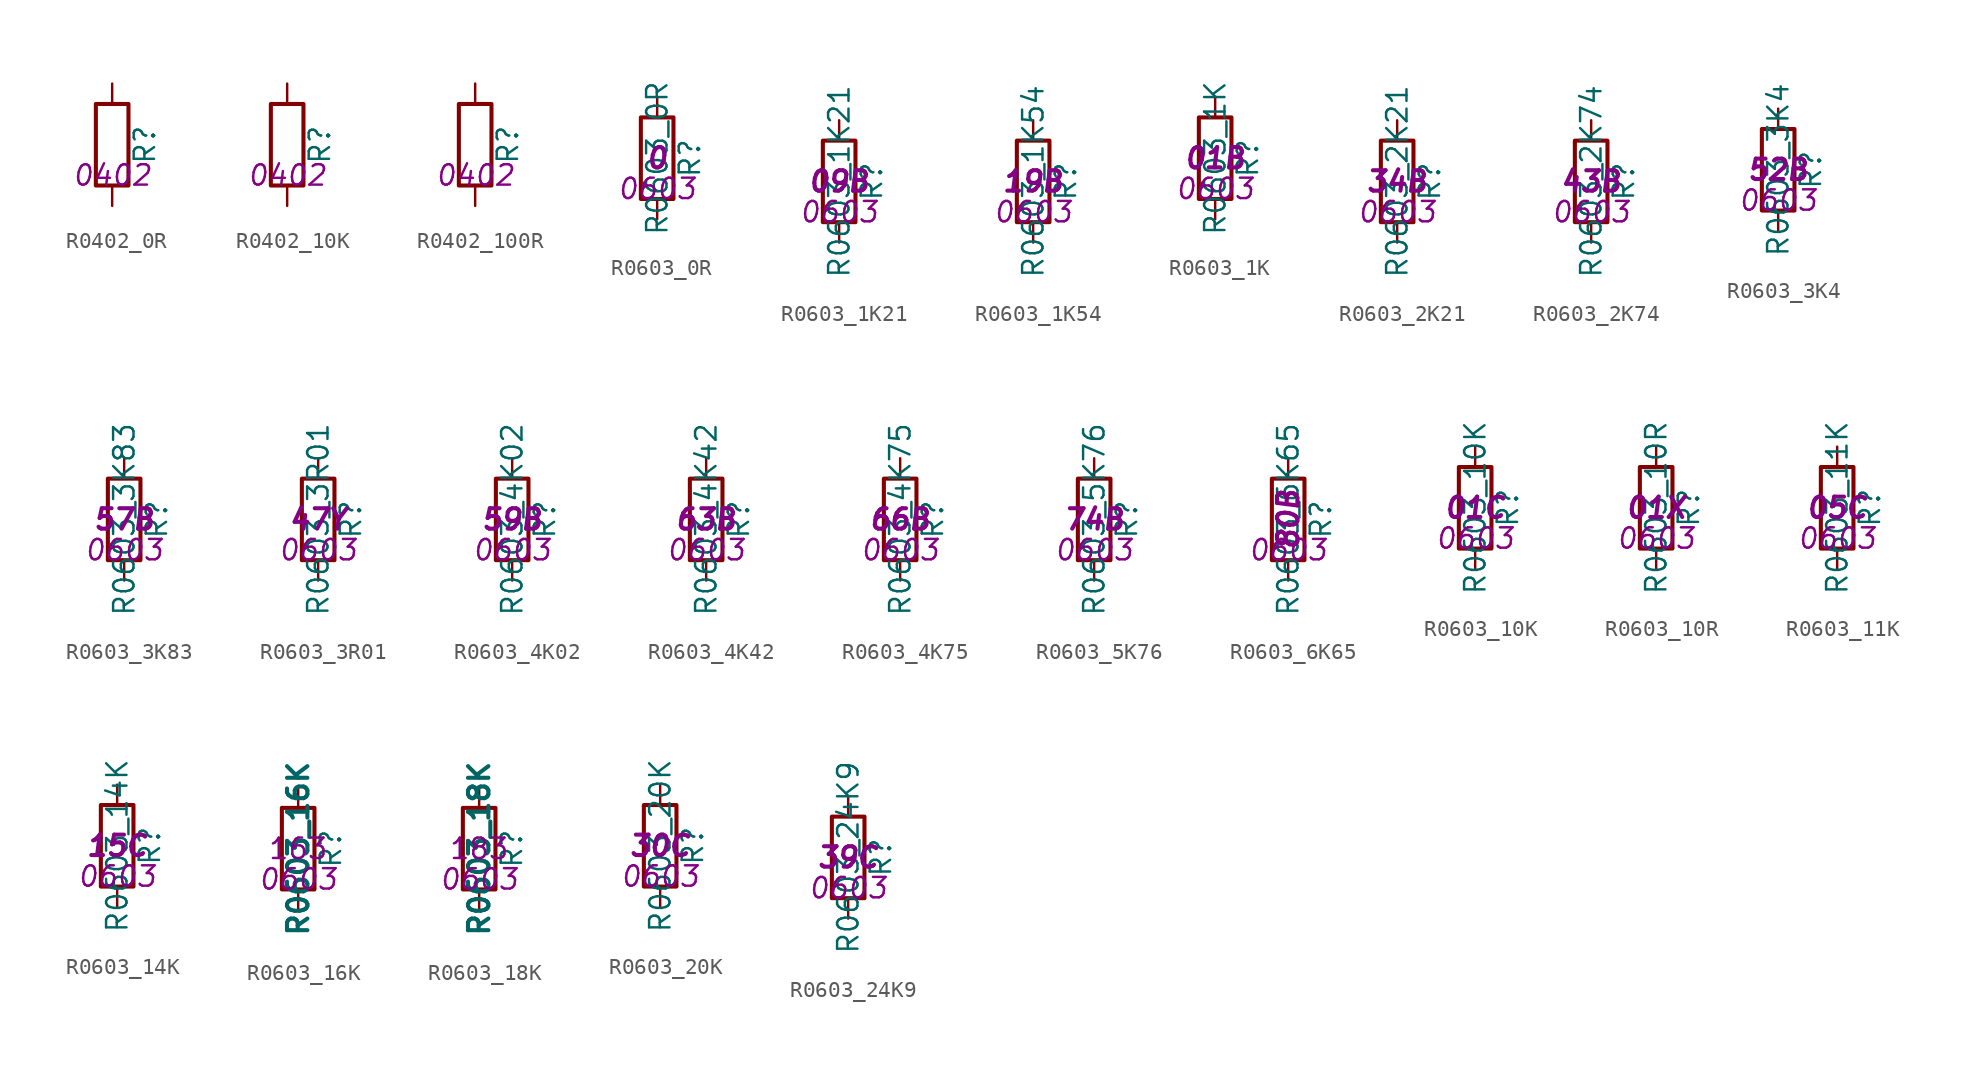
<source format=kicad_sym>
(kicad_symbol_lib
  (version 20211014)
  (generator kicad_symbol_editor)
  (symbol "R0402_0R"
    (pin_numbers hide)
    (pin_names
      (offset 0))
    (property "Reference" "R"
      (at 2.032 0 90)
      (effects (font (size 1.27 1.27))))
    (property "Case" "0402"
      (at 0 -1.905 0)
      (effects (font (size 1.27 1.27) italic)))
    (symbol "R0402_0R_0_1"
      (rectangle (start -1.016 -2.54) (end 1.016 2.54) (stroke (width 0.254) (type default) (color 0 0 0 0)) (fill (type none))))
    (symbol "R0402_0R_1_1"
      (pin passive line (at 0 3.81 270) (length 1.27) (name "~" (effects (font (size 1.27 1.27)))) (number "1" (effects (font (size 1.27 1.27)))))
      (pin passive line (at 0 -3.81 90) (length 1.27) (name "~" (effects (font (size 1.27 1.27)))) (number "2" (effects (font (size 1.27 1.27)))))))
  (symbol "R0402_10K"
    (pin_numbers hide)
    (pin_names
      (offset 0))
    (property "Reference" "R"
      (at 2.032 0 90)
      (effects (font (size 1.27 1.27))))
    (property "Case" "0402"
      (at 0 -1.905 0)
      (effects (font (size 1.27 1.27) italic)))
    (symbol "R0402_10K_0_1"
      (rectangle (start -1.016 -2.54) (end 1.016 2.54) (stroke (width 0.254) (type default) (color 0 0 0 0)) (fill (type none))))
    (symbol "R0402_10K_1_1"
      (pin passive line (at 0 3.81 270) (length 1.27) (name "~" (effects (font (size 1.27 1.27)))) (number "1" (effects (font (size 1.27 1.27)))))
      (pin passive line (at 0 -3.81 90) (length 1.27) (name "~" (effects (font (size 1.27 1.27)))) (number "2" (effects (font (size 1.27 1.27)))))))
  (symbol "R0402_100R"
    (pin_numbers hide)
    (pin_names
      (offset 0))
    (property "Reference" "R"
      (at 2.032 0 90)
      (effects (font (size 1.27 1.27))))
    (property "Case" "0402"
      (at 0 -1.905 0)
      (effects (font (size 1.27 1.27) italic)))
    (symbol "R0402_100R_0_1"
      (rectangle (start -1.016 -2.54) (end 1.016 2.54) (stroke (width 0.254) (type default) (color 0 0 0 0)) (fill (type none))))
    (symbol "R0402_100R_1_1"
      (pin passive line (at 0 3.81 270) (length 1.27) (name "~" (effects (font (size 1.27 1.27)))) (number "1" (effects (font (size 1.27 1.27)))))
      (pin passive line (at 0 -3.81 90) (length 1.27) (name "~" (effects (font (size 1.27 1.27)))) (number "2" (effects (font (size 1.27 1.27)))))))
  (symbol "R0603_0R"
    (pin_numbers hide)
    (pin_names
      (offset 0))
    (property "Reference" "R"
      (at 2.032 0 90)
      (effects (font (size 1.27 1.27))))
    (property "Value" "R0603_0R"
      (at 0 0 90)
      (effects (font (size 1.27 1.27))))
    (property "Case" "0603"
      (at 0 -1.905 0)
      (effects (font (size 1.27 1.27) italic)))
    (property "Mark" "0"
      (at 0 0 0)
      (effects (font (size 1.27 1.27) bold italic)))
    (symbol "R0603_0R_0_1"
      (rectangle (start -1.016 -2.54) (end 1.016 2.54) (stroke (width 0.254) (type default) (color 0 0 0 0)) (fill (type none))))
    (symbol "R0603_0R_1_1"
      (pin passive line (at 0 3.81 270) (length 1.27) (name "~" (effects (font (size 1.27 1.27)))) (number "1" (effects (font (size 1.27 1.27)))))
      (pin passive line (at 0 -3.81 90) (length 1.27) (name "~" (effects (font (size 1.27 1.27)))) (number "2" (effects (font (size 1.27 1.27)))))))
  (symbol "R0603_1K21"
    (pin_numbers hide)
    (pin_names
      (offset 0))
    (property "Reference" "R"
      (at 2.032 0 90)
      (effects (font (size 1.27 1.27))))
    (property "Value" "R0603_1K21"
      (at 0 0 90)
      (effects (font (size 1.27 1.27))))
    (property "Case" "0603"
      (at 0 -1.905 0)
      (effects (font (size 1.27 1.27) italic)))
    (property "Mark" "09B"
      (at 0 0 0)
      (effects (font (size 1.27 1.27) bold italic)))
    (symbol "R0603_1K21_0_1"
      (rectangle (start -1.016 -2.54) (end 1.016 2.54) (stroke (width 0.254) (type default) (color 0 0 0 0)) (fill (type none))))
    (symbol "R0603_1K21_1_1"
      (pin passive line (at 0 3.81 270) (length 1.27) (name "~" (effects (font (size 1.27 1.27)))) (number "1" (effects (font (size 1.27 1.27)))))
      (pin passive line (at 0 -3.81 90) (length 1.27) (name "~" (effects (font (size 1.27 1.27)))) (number "2" (effects (font (size 1.27 1.27)))))))
  (symbol "R0603_1K54"
    (pin_numbers hide)
    (pin_names
      (offset 0))
    (property "Reference" "R"
      (at 2.032 0 90)
      (effects (font (size 1.27 1.27))))
    (property "Value" "R0603_1K54"
      (at 0 0 90)
      (effects (font (size 1.27 1.27))))
    (property "Case" "0603"
      (at 0 -1.905 0)
      (effects (font (size 1.27 1.27) italic)))
    (property "Mark" "19B"
      (at 0 0 0)
      (effects (font (size 1.27 1.27) bold italic)))
    (symbol "R0603_1K54_0_1"
      (rectangle (start -1.016 -2.54) (end 1.016 2.54) (stroke (width 0.254) (type default) (color 0 0 0 0)) (fill (type none))))
    (symbol "R0603_1K54_1_1"
      (pin passive line (at 0 3.81 270) (length 1.27) (name "~" (effects (font (size 1.27 1.27)))) (number "1" (effects (font (size 1.27 1.27)))))
      (pin passive line (at 0 -3.81 90) (length 1.27) (name "~" (effects (font (size 1.27 1.27)))) (number "2" (effects (font (size 1.27 1.27)))))))
  (symbol "R0603_1K"
    (pin_numbers hide)
    (pin_names
      (offset 0))
    (property "Reference" "R"
      (at 2.032 0 90)
      (effects (font (size 1.27 1.27))))
    (property "Value" "R0603_1K"
      (at 0 0 90)
      (effects (font (size 1.27 1.27))))
    (property "Case" "0603"
      (at 0 -1.905 0)
      (effects (font (size 1.27 1.27) italic)))
    (property "Mark" "01B"
      (at 0 0 0)
      (effects (font (size 1.27 1.27) bold italic)))
    (symbol "R0603_1K_0_1"
      (rectangle (start -1.016 -2.54) (end 1.016 2.54) (stroke (width 0.254) (type default) (color 0 0 0 0)) (fill (type none))))
    (symbol "R0603_1K_1_1"
      (pin passive line (at 0 3.81 270) (length 1.27) (name "~" (effects (font (size 1.27 1.27)))) (number "1" (effects (font (size 1.27 1.27)))))
      (pin passive line (at 0 -3.81 90) (length 1.27) (name "~" (effects (font (size 1.27 1.27)))) (number "2" (effects (font (size 1.27 1.27)))))))
  (symbol "R0603_2K21"
    (pin_numbers hide)
    (pin_names
      (offset 0))
    (property "Reference" "R"
      (at 2.032 0 90)
      (effects (font (size 1.27 1.27))))
    (property "Value" "R0603_2K21"
      (at 0 0 90)
      (effects (font (size 1.27 1.27))))
    (property "Case" "0603"
      (at 0 -1.905 0)
      (effects (font (size 1.27 1.27) italic)))
    (property "Mark" "34B"
      (at 0 0 0)
      (effects (font (size 1.27 1.27) bold italic)))
    (symbol "R0603_2K21_0_1"
      (rectangle (start -1.016 -2.54) (end 1.016 2.54) (stroke (width 0.254) (type default) (color 0 0 0 0)) (fill (type none))))
    (symbol "R0603_2K21_1_1"
      (pin passive line (at 0 3.81 270) (length 1.27) (name "~" (effects (font (size 1.27 1.27)))) (number "1" (effects (font (size 1.27 1.27)))))
      (pin passive line (at 0 -3.81 90) (length 1.27) (name "~" (effects (font (size 1.27 1.27)))) (number "2" (effects (font (size 1.27 1.27)))))))
  (symbol "R0603_2K74"
    (pin_numbers hide)
    (pin_names
      (offset 0))
    (property "Reference" "R"
      (at 2.032 0 90)
      (effects (font (size 1.27 1.27))))
    (property "Value" "R0603_2K74"
      (at 0 0 90)
      (effects (font (size 1.27 1.27))))
    (property "Case" "0603"
      (at 0 -1.905 0)
      (effects (font (size 1.27 1.27) italic)))
    (property "Mark" "43B"
      (at 0 0 0)
      (effects (font (size 1.27 1.27) bold italic)))
    (symbol "R0603_2K74_0_1"
      (rectangle (start -1.016 -2.54) (end 1.016 2.54) (stroke (width 0.254) (type default) (color 0 0 0 0)) (fill (type none))))
    (symbol "R0603_2K74_1_1"
      (pin passive line (at 0 3.81 270) (length 1.27) (name "~" (effects (font (size 1.27 1.27)))) (number "1" (effects (font (size 1.27 1.27)))))
      (pin passive line (at 0 -3.81 90) (length 1.27) (name "~" (effects (font (size 1.27 1.27)))) (number "2" (effects (font (size 1.27 1.27)))))))
  (symbol "R0603_3K4"
    (pin_numbers hide)
    (pin_names
      (offset 0))
    (property "Reference" "R"
      (at 2.032 0 90)
      (effects (font (size 1.27 1.27))))
    (property "Value" "R0603_3K4"
      (at 0 0 90)
      (effects (font (size 1.27 1.27))))
    (property "Case" "0603"
      (at 0 -1.905 0)
      (effects (font (size 1.27 1.27) italic)))
    (property "Mark" "52B"
      (at 0 0 0)
      (effects (font (size 1.27 1.27) bold italic)))
    (symbol "R0603_3K4_0_1"
      (rectangle (start -1.016 -2.54) (end 1.016 2.54) (stroke (width 0.254) (type default) (color 0 0 0 0)) (fill (type none))))
    (symbol "R0603_3K4_1_1"
      (pin passive line (at 0 3.81 270) (length 1.27) (name "~" (effects (font (size 1.27 1.27)))) (number "1" (effects (font (size 1.27 1.27)))))
      (pin passive line (at 0 -3.81 90) (length 1.27) (name "~" (effects (font (size 1.27 1.27)))) (number "2" (effects (font (size 1.27 1.27)))))))
  (symbol "R0603_3K83"
    (pin_numbers hide)
    (pin_names
      (offset 0))
    (property "Reference" "R"
      (at 2.032 0 90)
      (effects (font (size 1.27 1.27))))
    (property "Value" "R0603_3K83"
      (at 0 0 90)
      (effects (font (size 1.27 1.27))))
    (property "Case" "0603"
      (at 0 -1.905 0)
      (effects (font (size 1.27 1.27) italic)))
    (property "Mark" "57B"
      (at 0 0 0)
      (effects (font (size 1.27 1.27) bold italic)))
    (symbol "R0603_3K83_0_1"
      (rectangle (start -1.016 -2.54) (end 1.016 2.54) (stroke (width 0.254) (type default) (color 0 0 0 0)) (fill (type none))))
    (symbol "R0603_3K83_1_1"
      (pin passive line (at 0 3.81 270) (length 1.27) (name "~" (effects (font (size 1.27 1.27)))) (number "1" (effects (font (size 1.27 1.27)))))
      (pin passive line (at 0 -3.81 90) (length 1.27) (name "~" (effects (font (size 1.27 1.27)))) (number "2" (effects (font (size 1.27 1.27)))))))
  (symbol "R0603_3R01"
    (pin_numbers hide)
    (pin_names
      (offset 0))
    (property "Reference" "R"
      (at 2.032 0 90)
      (effects (font (size 1.27 1.27))))
    (property "Value" "R0603_3R01"
      (at 0 0 90)
      (effects (font (size 1.27 1.27))))
    (property "Case" "0603"
      (at 0 -1.905 0)
      (effects (font (size 1.27 1.27) italic)))
    (property "Mark" "47Y"
      (at 0 0 0)
      (effects (font (size 1.27 1.27) bold italic)))
    (symbol "R0603_3R01_0_1"
      (rectangle (start -1.016 -2.54) (end 1.016 2.54) (stroke (width 0.254) (type default) (color 0 0 0 0)) (fill (type none))))
    (symbol "R0603_3R01_1_1"
      (pin passive line (at 0 3.81 270) (length 1.27) (name "~" (effects (font (size 1.27 1.27)))) (number "1" (effects (font (size 1.27 1.27)))))
      (pin passive line (at 0 -3.81 90) (length 1.27) (name "~" (effects (font (size 1.27 1.27)))) (number "2" (effects (font (size 1.27 1.27)))))))
  (symbol "R0603_4K02"
    (pin_numbers hide)
    (pin_names
      (offset 0))
    (property "Reference" "R"
      (at 2.032 0 90)
      (effects (font (size 1.27 1.27))))
    (property "Value" "R0603_4K02"
      (at 0 0 90)
      (effects (font (size 1.27 1.27))))
    (property "Case" "0603"
      (at 0 -1.905 0)
      (effects (font (size 1.27 1.27) italic)))
    (property "Mark" "59B"
      (at 0 0 0)
      (effects (font (size 1.27 1.27) bold italic)))
    (symbol "R0603_4K02_0_1"
      (rectangle (start -1.016 -2.54) (end 1.016 2.54) (stroke (width 0.254) (type default) (color 0 0 0 0)) (fill (type none))))
    (symbol "R0603_4K02_1_1"
      (pin passive line (at 0 3.81 270) (length 1.27) (name "~" (effects (font (size 1.27 1.27)))) (number "1" (effects (font (size 1.27 1.27)))))
      (pin passive line (at 0 -3.81 90) (length 1.27) (name "~" (effects (font (size 1.27 1.27)))) (number "2" (effects (font (size 1.27 1.27)))))))
  (symbol "R0603_4K42"
    (pin_numbers hide)
    (pin_names
      (offset 0))
    (property "Reference" "R"
      (at 2.032 0 90)
      (effects (font (size 1.27 1.27))))
    (property "Value" "R0603_4K42"
      (at 0 0 90)
      (effects (font (size 1.27 1.27))))
    (property "Case" "0603"
      (at 0 -1.905 0)
      (effects (font (size 1.27 1.27) italic)))
    (property "Mark" "63B"
      (at 0 0 0)
      (effects (font (size 1.27 1.27) bold italic)))
    (symbol "R0603_4K42_0_1"
      (rectangle (start -1.016 -2.54) (end 1.016 2.54) (stroke (width 0.254) (type default) (color 0 0 0 0)) (fill (type none))))
    (symbol "R0603_4K42_1_1"
      (pin passive line (at 0 3.81 270) (length 1.27) (name "~" (effects (font (size 1.27 1.27)))) (number "1" (effects (font (size 1.27 1.27)))))
      (pin passive line (at 0 -3.81 90) (length 1.27) (name "~" (effects (font (size 1.27 1.27)))) (number "2" (effects (font (size 1.27 1.27)))))))
  (symbol "R0603_4K75"
    (pin_numbers hide)
    (pin_names
      (offset 0))
    (property "Reference" "R"
      (at 2.032 0 90)
      (effects (font (size 1.27 1.27))))
    (property "Value" "R0603_4K75"
      (at 0 0 90)
      (effects (font (size 1.27 1.27))))
    (property "Case" "0603"
      (at 0 -1.905 0)
      (effects (font (size 1.27 1.27) italic)))
    (property "Mark" "66B"
      (at 0 0 0)
      (effects (font (size 1.27 1.27) bold italic)))
    (symbol "R0603_4K75_0_1"
      (rectangle (start -1.016 -2.54) (end 1.016 2.54) (stroke (width 0.254) (type default) (color 0 0 0 0)) (fill (type none))))
    (symbol "R0603_4K75_1_1"
      (pin passive line (at 0 3.81 270) (length 1.27) (name "~" (effects (font (size 1.27 1.27)))) (number "1" (effects (font (size 1.27 1.27)))))
      (pin passive line (at 0 -3.81 90) (length 1.27) (name "~" (effects (font (size 1.27 1.27)))) (number "2" (effects (font (size 1.27 1.27)))))))
  (symbol "R0603_5K76"
    (pin_numbers hide)
    (pin_names
      (offset 0))
    (property "Reference" "R"
      (at 2.032 0 90)
      (effects (font (size 1.27 1.27))))
    (property "Value" "R0603_5K76"
      (at 0 0 90)
      (effects (font (size 1.27 1.27))))
    (property "Case" "0603"
      (at 0 -1.905 0)
      (effects (font (size 1.27 1.27) italic)))
    (property "Mark" "74B"
      (at 0 0 0)
      (effects (font (size 1.27 1.27) bold italic)))
    (symbol "R0603_5K76_0_1"
      (rectangle (start -1.016 -2.54) (end 1.016 2.54) (stroke (width 0.254) (type default) (color 0 0 0 0)) (fill (type none))))
    (symbol "R0603_5K76_1_1"
      (pin passive line (at 0 3.81 270) (length 1.27) (name "~" (effects (font (size 1.27 1.27)))) (number "1" (effects (font (size 1.27 1.27)))))
      (pin passive line (at 0 -3.81 90) (length 1.27) (name "~" (effects (font (size 1.27 1.27)))) (number "2" (effects (font (size 1.27 1.27)))))))
  (symbol "R0603_6K65"
    (pin_numbers hide)
    (pin_names
      (offset 0))
    (property "Reference" "R"
      (at 2.032 0 90)
      (effects (font (size 1.27 1.27))))
    (property "Value" "R0603_6K65"
      (at 0 0 90)
      (effects (font (size 1.27 1.27))))
    (property "Case" "0603"
      (at 0 -1.905 0)
      (effects (font (size 1.27 1.27) italic)))
    (property "Mark" "80B"
      (at 0 0 90)
      (effects (font (size 1.27 1.27) bold italic)))
    (symbol "R0603_6K65_0_1"
      (rectangle (start -1.016 -2.54) (end 1.016 2.54) (stroke (width 0.254) (type default) (color 0 0 0 0)) (fill (type none))))
    (symbol "R0603_6K65_1_1"
      (pin passive line (at 0 3.81 270) (length 1.27) (name "~" (effects (font (size 1.27 1.27)))) (number "1" (effects (font (size 1.27 1.27)))))
      (pin passive line (at 0 -3.81 90) (length 1.27) (name "~" (effects (font (size 1.27 1.27)))) (number "2" (effects (font (size 1.27 1.27)))))))
  (symbol "R0603_10K"
    (pin_numbers hide)
    (pin_names
      (offset 0))
    (property "Reference" "R"
      (at 2.032 0 90)
      (effects (font (size 1.27 1.27))))
    (property "Value" "R0603_10K"
      (at 0 0 90)
      (effects (font (size 1.27 1.27))))
    (property "Case" "0603"
      (at 0 -1.905 0)
      (effects (font (size 1.27 1.27) italic)))
    (property "Mark" "01C"
      (at 0 0 0)
      (effects (font (size 1.27 1.27) bold italic)))
    (symbol "R0603_10K_0_1"
      (rectangle (start -1.016 -2.54) (end 1.016 2.54) (stroke (width 0.254) (type default) (color 0 0 0 0)) (fill (type none))))
    (symbol "R0603_10K_1_1"
      (pin passive line (at 0 3.81 270) (length 1.27) (name "~" (effects (font (size 1.27 1.27)))) (number "1" (effects (font (size 1.27 1.27)))))
      (pin passive line (at 0 -3.81 90) (length 1.27) (name "~" (effects (font (size 1.27 1.27)))) (number "2" (effects (font (size 1.27 1.27)))))))
  (symbol "R0603_10R"
    (pin_numbers hide)
    (pin_names
      (offset 0))
    (property "Reference" "R"
      (at 2.032 0 90)
      (effects (font (size 1.27 1.27))))
    (property "Value" "R0603_10R"
      (at 0 0 90)
      (effects (font (size 1.27 1.27))))
    (property "Case" "0603"
      (at 0 -1.905 0)
      (effects (font (size 1.27 1.27) italic)))
    (property "Mark" "01X"
      (at 0 0 0)
      (effects (font (size 1.27 1.27) bold italic)))
    (symbol "R0603_10R_0_1"
      (rectangle (start -1.016 -2.54) (end 1.016 2.54) (stroke (width 0.254) (type default) (color 0 0 0 0)) (fill (type none))))
    (symbol "R0603_10R_1_1"
      (pin passive line (at 0 3.81 270) (length 1.27) (name "~" (effects (font (size 1.27 1.27)))) (number "1" (effects (font (size 1.27 1.27)))))
      (pin passive line (at 0 -3.81 90) (length 1.27) (name "~" (effects (font (size 1.27 1.27)))) (number "2" (effects (font (size 1.27 1.27)))))))
  (symbol "R0603_11K"
    (pin_numbers hide)
    (pin_names
      (offset 0))
    (property "Reference" "R"
      (at 2.032 0 90)
      (effects (font (size 1.27 1.27))))
    (property "Value" "R0603_11K"
      (at 0 0 90)
      (effects (font (size 1.27 1.27))))
    (property "Case" "0603"
      (at 0 -1.905 0)
      (effects (font (size 1.27 1.27) italic)))
    (property "Mark" "05C"
      (at 0 0 0)
      (effects (font (size 1.27 1.27) bold italic)))
    (symbol "R0603_11K_0_1"
      (rectangle (start -1.016 -2.54) (end 1.016 2.54) (stroke (width 0.254) (type default) (color 0 0 0 0)) (fill (type none))))
    (symbol "R0603_11K_1_1"
      (pin passive line (at 0 3.81 270) (length 1.27) (name "~" (effects (font (size 1.27 1.27)))) (number "1" (effects (font (size 1.27 1.27)))))
      (pin passive line (at 0 -3.81 90) (length 1.27) (name "~" (effects (font (size 1.27 1.27)))) (number "2" (effects (font (size 1.27 1.27)))))))
  (symbol "R0603_14K"
    (pin_numbers hide)
    (pin_names
      (offset 0))
    (property "Reference" "R"
      (at 2.032 0 90)
      (effects (font (size 1.27 1.27))))
    (property "Value" "R0603_14K"
      (at 0 0 90)
      (effects (font (size 1.27 1.27))))
    (property "Case" "0603"
      (at 0 -1.905 0)
      (effects (font (size 1.27 1.27) italic)))
    (property "Mark" "15C"
      (at 0 0 0)
      (effects (font (size 1.27 1.27) bold italic)))
    (symbol "R0603_14K_0_1"
      (rectangle (start -1.016 -2.54) (end 1.016 2.54) (stroke (width 0.254) (type default) (color 0 0 0 0)) (fill (type none))))
    (symbol "R0603_14K_1_1"
      (pin passive line (at 0 3.81 270) (length 1.27) (name "~" (effects (font (size 1.27 1.27)))) (number "1" (effects (font (size 1.27 1.27)))))
      (pin passive line (at 0 -3.81 90) (length 1.27) (name "~" (effects (font (size 1.27 1.27)))) (number "2" (effects (font (size 1.27 1.27)))))))
  (symbol "R0603_16K"
    (pin_numbers hide)
    (pin_names
      (offset 0))
    (property "Reference" "R"
      (at 2.032 0 90)
      (effects (font (size 1.27 1.27))))
    (property "Value" "R0603_16K"
      (at 0 0 90)
      (effects (font (size 1.27 1.27) bold)))
    (property "Case" "0603"
      (at 0 -1.905 0)
      (effects (font (size 1.27 1.27) italic)))
    (property "Mark" "163"
      (at 0 0 0)
      (effects (font (size 1.27 1.27))))
    (symbol "R0603_16K_0_1"
      (rectangle (start -1.016 -2.54) (end 1.016 2.54) (stroke (width 0.254) (type default) (color 0 0 0 0)) (fill (type none))))
    (symbol "R0603_16K_1_1"
      (pin passive line (at 0 3.81 270) (length 1.27) (name "~" (effects (font (size 1.27 1.27)))) (number "1" (effects (font (size 1.27 1.27)))))
      (pin passive line (at 0 -3.81 90) (length 1.27) (name "~" (effects (font (size 1.27 1.27)))) (number "2" (effects (font (size 1.27 1.27)))))))
  (symbol "R0603_18K"
    (pin_numbers hide)
    (pin_names
      (offset 0))
    (property "Reference" "R"
      (at 2.032 0 90)
      (effects (font (size 1.27 1.27))))
    (property "Value" "R0603_18K"
      (at 0 0 90)
      (effects (font (size 1.27 1.27) bold)))
    (property "Case" "0603"
      (at 0 -1.905 0)
      (effects (font (size 1.27 1.27) italic)))
    (property "Mark" "183"
      (at 0 0 0)
      (effects (font (size 1.27 1.27))))
    (symbol "R0603_18K_0_1"
      (rectangle (start -1.016 -2.54) (end 1.016 2.54) (stroke (width 0.254) (type default) (color 0 0 0 0)) (fill (type none))))
    (symbol "R0603_18K_1_1"
      (pin passive line (at 0 3.81 270) (length 1.27) (name "~" (effects (font (size 1.27 1.27)))) (number "1" (effects (font (size 1.27 1.27)))))
      (pin passive line (at 0 -3.81 90) (length 1.27) (name "~" (effects (font (size 1.27 1.27)))) (number "2" (effects (font (size 1.27 1.27)))))))
  (symbol "R0603_20K"
    (pin_numbers hide)
    (pin_names
      (offset 0))
    (property "Reference" "R"
      (at 2.032 0 90)
      (effects (font (size 1.27 1.27))))
    (property "Value" "R0603_20K"
      (at 0 0 90)
      (effects (font (size 1.27 1.27))))
    (property "Case" "0603"
      (at 0 -1.905 0)
      (effects (font (size 1.27 1.27) italic)))
    (property "Mark" "30C"
      (at 0 0 0)
      (effects (font (size 1.27 1.27) bold italic)))
    (symbol "R0603_20K_0_1"
      (rectangle (start -1.016 -2.54) (end 1.016 2.54) (stroke (width 0.254) (type default) (color 0 0 0 0)) (fill (type none))))
    (symbol "R0603_20K_1_1"
      (pin passive line (at 0 3.81 270) (length 1.27) (name "~" (effects (font (size 1.27 1.27)))) (number "1" (effects (font (size 1.27 1.27)))))
      (pin passive line (at 0 -3.81 90) (length 1.27) (name "~" (effects (font (size 1.27 1.27)))) (number "2" (effects (font (size 1.27 1.27)))))))
  (symbol "R0603_24K9"
    (pin_numbers hide)
    (pin_names
      (offset 0))
    (property "Reference" "R"
      (at 2.032 0 90)
      (effects (font (size 1.27 1.27))))
    (property "Value" "R0603_24K9"
      (at 0 0 90)
      (effects (font (size 1.27 1.27))))
    (property "Case" "0603"
      (at 0 -1.905 0)
      (effects (font (size 1.27 1.27) italic)))
    (property "Mark" "39C"
      (at 0 0 0)
      (effects (font (size 1.27 1.27) bold italic)))
    (symbol "R0603_24K9_0_1"
      (rectangle (start -1.016 -2.54) (end 1.016 2.54) (stroke (width 0.254) (type default) (color 0 0 0 0)) (fill (type none))))
    (symbol "R0603_24K9_1_1"
      (pin passive line (at 0 3.81 270) (length 1.27) (name "~" (effects (font (size 1.27 1.27)))) (number "1" (effects (font (size 1.27 1.27)))))
      (pin passive line (at 0 -3.81 90) (length 1.27) (name "~" (effects (font (size 1.27 1.27)))) (number "2" (effects (font (size 1.27 1.27))))))))
</source>
